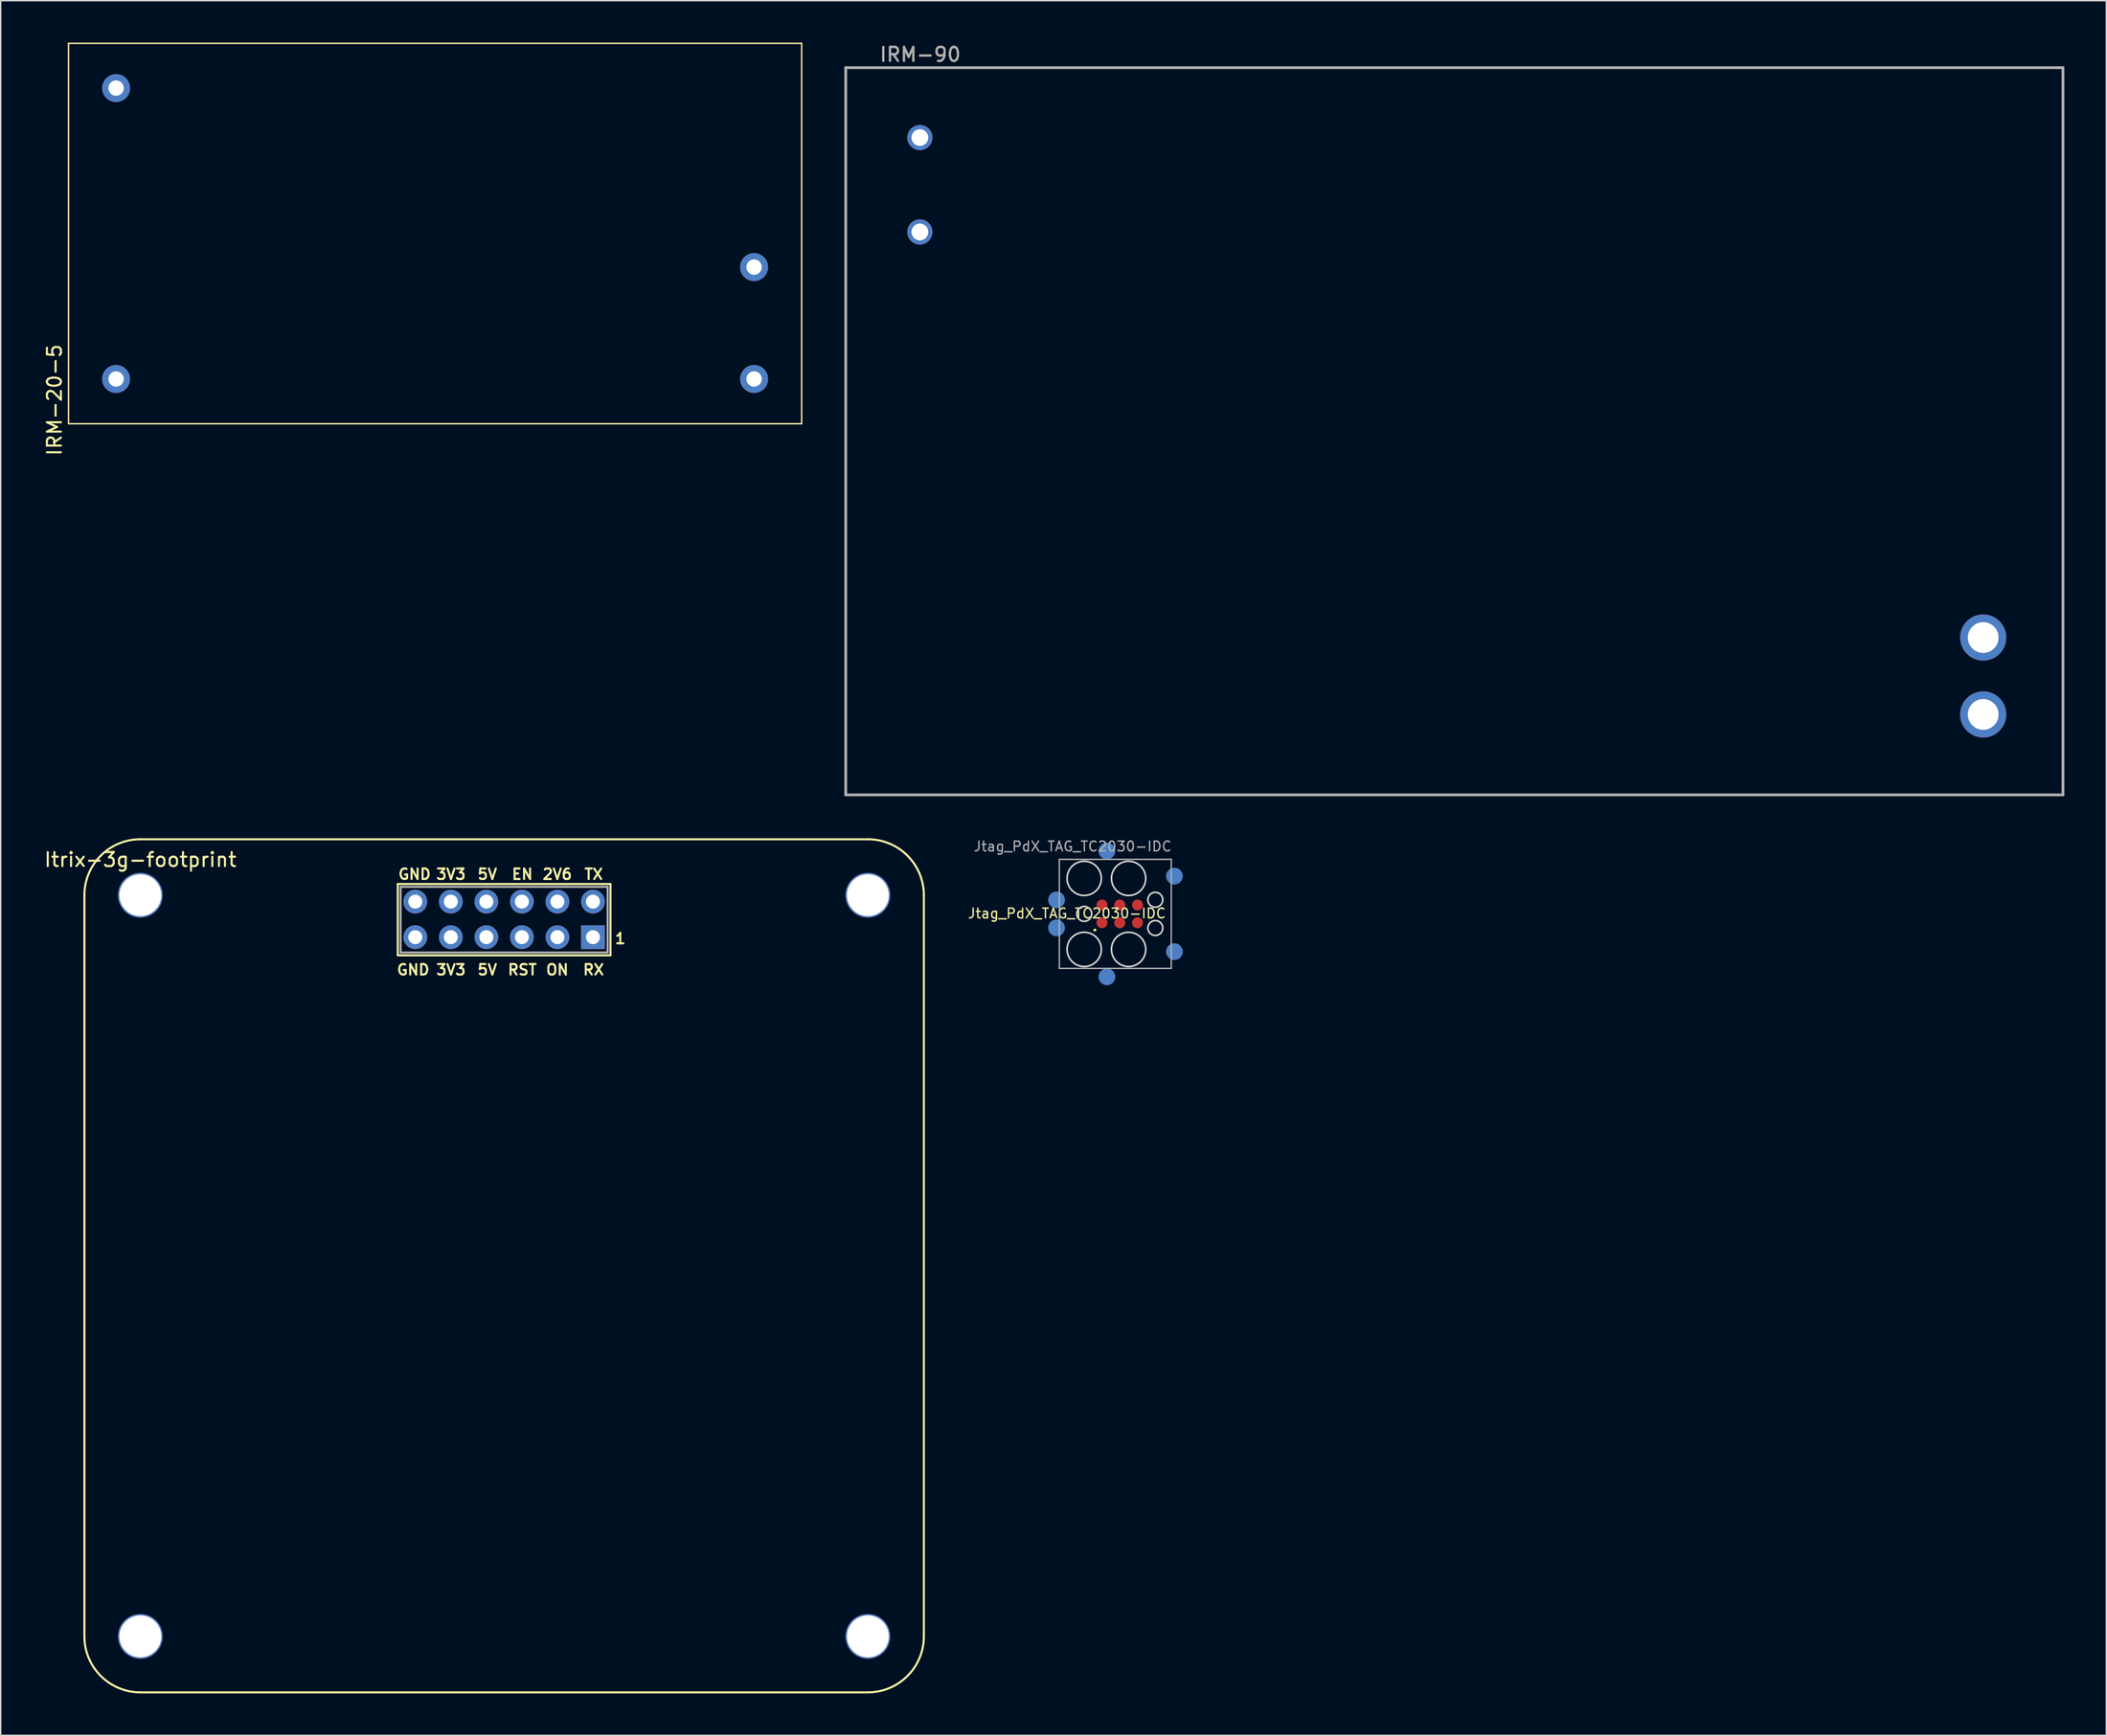
<source format=kicad_pcb>
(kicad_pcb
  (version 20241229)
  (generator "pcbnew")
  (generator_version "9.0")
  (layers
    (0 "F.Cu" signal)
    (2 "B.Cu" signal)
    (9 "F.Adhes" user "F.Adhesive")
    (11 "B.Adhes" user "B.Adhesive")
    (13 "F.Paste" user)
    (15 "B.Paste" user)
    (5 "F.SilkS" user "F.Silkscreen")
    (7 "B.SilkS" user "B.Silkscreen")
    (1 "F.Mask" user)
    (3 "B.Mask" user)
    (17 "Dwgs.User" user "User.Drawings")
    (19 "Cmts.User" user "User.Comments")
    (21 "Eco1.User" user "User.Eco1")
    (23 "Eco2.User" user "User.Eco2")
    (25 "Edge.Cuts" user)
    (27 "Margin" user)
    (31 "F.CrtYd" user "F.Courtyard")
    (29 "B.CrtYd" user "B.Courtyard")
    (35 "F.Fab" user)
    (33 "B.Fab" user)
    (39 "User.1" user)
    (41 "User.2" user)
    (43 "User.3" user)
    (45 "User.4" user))
  (footprint "IRM-20-5"
    (layer "F.Cu")
    (at 1.848 27.05)
    (property "Reference" "IRM-20-5" (at -1 -1.5 90) (layer "F.SilkS") (effects (font (size 1 1) (thickness 0.15))))
    (attr through_hole)
    (fp_line (start 0 -27) (end 0 0.2) (stroke (width 0.1) (type solid)) (layer "F.SilkS"))
    (fp_line (start 0 0.2) (end 52.4 0.2) (stroke (width 0.1) (type solid)) (layer "F.SilkS"))
    (fp_line (start 52.4 -27) (end 0 -27) (stroke (width 0.1) (type solid)) (layer "F.SilkS"))
    (fp_line (start 52.4 0.2) (end 52.4 -27) (stroke (width 0.1) (type solid)) (layer "F.SilkS"))
    (pad "1" thru_hole circle (at 3.4 -23.8) (size 2 2) (drill 1.1) (layers "*.Cu" "*.Mask"))
    (pad "2" thru_hole circle (at 3.4 -3) (size 2 2) (drill 1.1) (layers "*.Cu" "*.Mask"))
    (pad "3" thru_hole circle (at 49 -3) (size 2 2) (drill 1.1) (layers "*.Cu" "*.Mask"))
    (pad "4" thru_hole circle (at 49 -11) (size 2 2) (drill 1.1) (layers "*.Cu" "*.Mask")))
  (footprint "IRM-90"
    (layer "F.Cu")
    (at 62.698 6.788)
    (property "Reference" "IRM-90" (at 0.03 -5.94 0) (layer "F.SilkS") (effects (font (size 1 1) (thickness 0.15))))
    (attr through_hole)
    (fp_line (start -5.3 -5) (end -5.3 47) (stroke (width 0.1) (type solid)) (layer "F.SilkS"))
    (fp_line (start -5.3 47) (end 81.7 47) (stroke (width 0.1) (type solid)) (layer "F.SilkS"))
    (fp_line (start 81.7 -5) (end -5.3 -5) (stroke (width 0.1) (type solid)) (layer "F.SilkS"))
    (fp_line (start 81.7 47) (end 81.7 -5) (stroke (width 0.1) (type solid)) (layer "F.SilkS"))
    (fp_line (start -5.3 -5) (end -5.3 47) (stroke (width 0.2) (type solid)) (layer "F.Fab"))
    (fp_line (start -5.3 47) (end 81.7 47) (stroke (width 0.2) (type solid)) (layer "F.Fab"))
    (fp_line (start 81.7 -5) (end -5.3 -5) (stroke (width 0.2) (type solid)) (layer "F.Fab"))
    (fp_line (start 81.7 47) (end 81.7 -5) (stroke (width 0.2) (type solid)) (layer "F.Fab"))
    (fp_text user "${REFERENCE}" (at 0.03 -5.94 0) (layer "F.Fab") (effects (font (size 1 1) (thickness 0.15))))
    (pad "1" thru_hole circle (at 76 41.25) (size 3.3 3.3) (drill 2.2) (layers "*.Cu" "*.Mask"))
    (pad "2" thru_hole circle (at 76 35.75) (size 3.3 3.3) (drill 2.2) (layers "*.Cu" "*.Mask"))
    (pad "3" thru_hole circle (at 0 6.75) (size 1.8 1.8) (drill 1.2) (layers "*.Cu" "*.Mask"))
    (pad "4" thru_hole circle (at 0 0) (size 1.8 1.8) (drill 1.2) (layers "*.Cu" "*.Mask")))
  (footprint "Itrix-3g-footprint"
    (layer "F.Cu")
    (at 6.982 60.963)
    (property "Reference" "Itrix-3g-footprint" (at 0 -2.54 0) (layer "F.SilkS") (effects (font (size 1 1) (thickness 0.15))))
    (attr through_hole)
    (fp_line (start -4 0) (end -4 53) (stroke (width 0.15) (type solid)) (layer "F.SilkS"))
    (fp_line (start 0 -4) (end 52 -4) (stroke (width 0.15) (type solid)) (layer "F.SilkS"))
    (fp_line (start 0 57) (end 52 57) (stroke (width 0.15) (type solid)) (layer "F.SilkS"))
    (fp_line (start 18.4 -0.8) (end 33.6 -0.8) (stroke (width 0.15) (type solid)) (layer "F.SilkS"))
    (fp_line (start 18.4 4.3) (end 18.4 -0.8) (stroke (width 0.15) (type solid)) (layer "F.SilkS"))
    (fp_line (start 33.6 -0.8) (end 33.6 4.3) (stroke (width 0.15) (type solid)) (layer "F.SilkS"))
    (fp_line (start 33.6 4.3) (end 18.4 4.3) (stroke (width 0.15) (type solid)) (layer "F.SilkS"))
    (fp_line (start 56 53) (end 56 0) (stroke (width 0.15) (type solid)) (layer "F.SilkS"))
    (fp_arc (start -4 0) (mid -2.828427 -2.828427) (end 0 -4) (stroke (width 0.15) (type solid)) (layer "F.SilkS"))
    (fp_arc (start 0 57) (mid -2.828427 55.828427) (end -4 53) (stroke (width 0.15) (type solid)) (layer "F.SilkS"))
    (fp_arc (start 52 -4) (mid 54.828427 -2.828427) (end 56 0) (stroke (width 0.15) (type solid)) (layer "F.SilkS"))
    (fp_arc (start 56 53) (mid 54.828427 55.828427) (end 52 57) (stroke (width 0.15) (type solid)) (layer "F.SilkS"))
    (fp_line (start 18.6 -0.6) (end 18.6 4.1) (stroke (width 0.15) (type solid)) (layer "F.Fab"))
    (fp_line (start 18.6 4.1) (end 33.4 4.1) (stroke (width 0.15) (type solid)) (layer "F.Fab"))
    (fp_line (start 33.4 -0.6) (end 18.6 -0.6) (stroke (width 0.15) (type solid)) (layer "F.Fab"))
    (fp_line (start 33.4 4.1) (end 33.4 -0.6) (stroke (width 0.15) (type solid)) (layer "F.Fab"))
    (fp_text user "5V" (at 24.8 5.334 180) (layer "F.SilkS") (effects (font (size 0.75 0.75) (thickness 0.15))))
    (fp_text user "3V3" (at 22.2 -1.5 180) (layer "F.SilkS") (effects (font (size 0.75 0.75) (thickness 0.15))))
    (fp_text user "ON" (at 29.8 5.334 180) (layer "F.SilkS") (effects (font (size 0.75 0.75) (thickness 0.15))))
    (fp_text user "GND" (at 19.5 5.334 180) (layer "F.SilkS") (effects (font (size 0.75 0.75) (thickness 0.15))))
    (fp_text user "EN" (at 27.3 -1.5 180) (layer "F.SilkS") (effects (font (size 0.75 0.75) (thickness 0.15))))
    (fp_text user "1" (at 34.3 3.1 0) (layer "F.SilkS") (effects (font (size 0.75 0.75) (thickness 0.15))))
    (fp_text user "GND" (at 19.6 -1.5 180) (layer "F.SilkS") (effects (font (size 0.75 0.75) (thickness 0.15))))
    (fp_text user "5V" (at 24.8 -1.5 180) (layer "F.SilkS") (effects (font (size 0.75 0.75) (thickness 0.15))))
    (fp_text user "RST" (at 27.3 5.334 180) (layer "F.SilkS") (effects (font (size 0.75 0.75) (thickness 0.15))))
    (fp_text user "RX" (at 32.39 5.334 180) (layer "F.SilkS") (effects (font (size 0.75 0.75) (thickness 0.15))))
    (fp_text user "TX" (at 32.4 -1.5 180) (layer "F.SilkS") (effects (font (size 0.75 0.75) (thickness 0.15))))
    (fp_text user "3V3" (at 22.2 5.334 180) (layer "F.SilkS") (effects (font (size 0.75 0.75) (thickness 0.15))))
    (fp_text user "2V6" (at 29.8 -1.5 180) (layer "F.SilkS") (effects (font (size 0.75 0.75) (thickness 0.15))))
    (pad "0" thru_hole circle (at 0 0) (size 3.2 3.2) (drill 3) (layers "*.Cu" "*.Mask"))
    (pad "0" thru_hole circle (at 0 53) (size 3.2 3.2) (drill 3) (layers "*.Cu" "*.Mask"))
    (pad "0" thru_hole circle (at 52 0) (size 3.2 3.2) (drill 3) (layers "*.Cu" "*.Mask"))
    (pad "0" thru_hole circle (at 52 53) (size 3.2 3.2) (drill 3) (layers "*.Cu" "*.Mask"))
    (pad "1" thru_hole rect (at 32.35 3) (size 1.7 1.7) (drill 1) (layers "*.Cu" "*.Mask"))
    (pad "2" thru_hole circle (at 32.35 0.46) (size 1.7 1.7) (drill 1) (layers "*.Cu" "*.Mask"))
    (pad "3" thru_hole circle (at 29.81 3) (size 1.7 1.7) (drill 1) (layers "*.Cu" "*.Mask"))
    (pad "4" thru_hole circle (at 29.81 0.46) (size 1.7 1.7) (drill 1) (layers "*.Cu" "*.Mask"))
    (pad "5" thru_hole circle (at 27.27 3) (size 1.7 1.7) (drill 1) (layers "*.Cu" "*.Mask"))
    (pad "6" thru_hole circle (at 27.27 0.46) (size 1.7 1.7) (drill 1) (layers "*.Cu" "*.Mask"))
    (pad "7" thru_hole circle (at 24.73 3) (size 1.7 1.7) (drill 1) (layers "*.Cu" "*.Mask"))
    (pad "8" thru_hole circle (at 24.73 0.46) (size 1.7 1.7) (drill 1) (layers "*.Cu" "*.Mask"))
    (pad "9" thru_hole circle (at 22.19 3) (size 1.7 1.7) (drill 1) (layers "*.Cu" "*.Mask"))
    (pad "10" thru_hole circle (at 22.19 0.46) (size 1.7 1.7) (drill 1) (layers "*.Cu" "*.Mask"))
    (pad "11" thru_hole circle (at 19.65 3) (size 1.7 1.7) (drill 1) (layers "*.Cu" "*.Mask"))
    (pad "12" thru_hole circle (at 19.65 0.46) (size 1.7 1.7) (drill 1) (layers "*.Cu" "*.Mask")))
  (footprint "Jtag_PdX_TAG_TC2030-IDC"
    (layer "F.Cu")
    (at 76.666 62.299)
    (property "Reference" "Jtag_PdX_TAG_TC2030-IDC" (at -3.462 -0.035 180) (layer "F.SilkS") (effects (font (size 0.7 0.7) (thickness 0.1))))
    (attr through_hole)
    (fp_line (start -1.508 1.152) (end -1.508 1.152) (stroke (width 0.1) (type solid)) (layer "F.SilkS"))
    (fp_line (start -1.408 1.152) (end -1.408 1.152) (stroke (width 0.1) (type solid)) (layer "F.SilkS"))
    (fp_arc (start -1.508 1.152) (mid -1.458 1.102) (end -1.408 1.152) (stroke (width 0.1) (type solid)) (layer "F.SilkS"))
    (fp_arc (start -1.408 1.152) (mid -1.458 1.202) (end -1.508 1.152) (stroke (width 0.1) (type solid)) (layer "F.SilkS"))
    (fp_circle (center -2.223 -2.54) (end -0.998 -2.54) (stroke (width 0.12) (type solid)) (fill no) (layer "Edge.Cuts"))
    (fp_circle (center -2.223 2.54) (end -0.998 2.54) (stroke (width 0.12) (type solid)) (fill no) (layer "Edge.Cuts"))
    (fp_circle (center -2.22 0) (end -1.687 0) (stroke (width 0.12) (type solid)) (fill no) (layer "Edge.Cuts"))
    (fp_circle (center 0.95 -2.54) (end 2.175 -2.54) (stroke (width 0.12) (type solid)) (fill no) (layer "Edge.Cuts"))
    (fp_circle (center 0.95 2.54) (end 2.175 2.54) (stroke (width 0.12) (type solid)) (fill no) (layer "Edge.Cuts"))
    (fp_circle (center 2.86 -1.01) (end 3.393 -1.01) (stroke (width 0.12) (type solid)) (fill no) (layer "Edge.Cuts"))
    (fp_circle (center 2.86 1.01) (end 3.393 1.01) (stroke (width 0.12) (type solid)) (fill no) (layer "Edge.Cuts"))
    (fp_line (start -4 -3.9) (end 4 -3.9) (stroke (width 0.1) (type solid)) (layer "F.Fab"))
    (fp_line (start -4 3.9) (end -4 -3.9) (stroke (width 0.1) (type solid)) (layer "F.Fab"))
    (fp_line (start 4 -3.9) (end 4 3.9) (stroke (width 0.1) (type solid)) (layer "F.Fab"))
    (fp_line (start 4 3.9) (end -4 3.9) (stroke (width 0.1) (type solid)) (layer "F.Fab"))
    (fp_text user "${REFERENCE}" (at -3.048 -4.826 0) (layer "F.Fab") (effects (font (size 0.7 0.7) (thickness 0.1))))
    (pad "1" smd circle (at -4.2 1 270) (size 1.2 1.2) (layers "B.Cu" "B.Mask"))
    (pad "1" smd circle (at -0.953 0.635 90) (size 0.783 0.783) (layers "F.Cu" "F.Mask"))
    (pad "2" smd circle (at -4.2 -1 270) (size 1.2 1.2) (layers "B.Cu" "B.Mask"))
    (pad "2" smd circle (at -0.953 -0.635 90) (size 0.783 0.783) (layers "F.Cu" "F.Mask"))
    (pad "3" smd circle (at -0.6 4.5 270) (size 1.2 1.2) (layers "B.Cu" "B.Mask"))
    (pad "3" smd circle (at 0.317 0.635 90) (size 0.783 0.783) (layers "F.Cu" "F.Mask"))
    (pad "4" smd circle (at -0.6 -4.5 270) (size 1.2 1.2) (layers "B.Cu" "B.Mask"))
    (pad "4" smd circle (at 0.317 -0.635 90) (size 0.783 0.783) (layers "F.Cu" "F.Mask"))
    (pad "5" smd circle (at 1.588 0.635 90) (size 0.783 0.783) (layers "F.Cu" "F.Mask"))
    (pad "5" smd circle (at 4.224 2.7 270) (size 1.2 1.2) (layers "B.Cu" "B.Mask"))
    (pad "6" smd circle (at 1.588 -0.635 90) (size 0.783 0.783) (layers "F.Cu" "F.Mask"))
    (pad "6" smd circle (at 4.224 -2.7 270) (size 1.2 1.2) (layers "B.Cu" "B.Mask")))
  (gr_rect
    (start -3 -3)
    (end 147.498 121.038)
    (stroke (width 0.1) (type default))
    (fill no)
    (layer "Edge.Cuts")))
</source>
